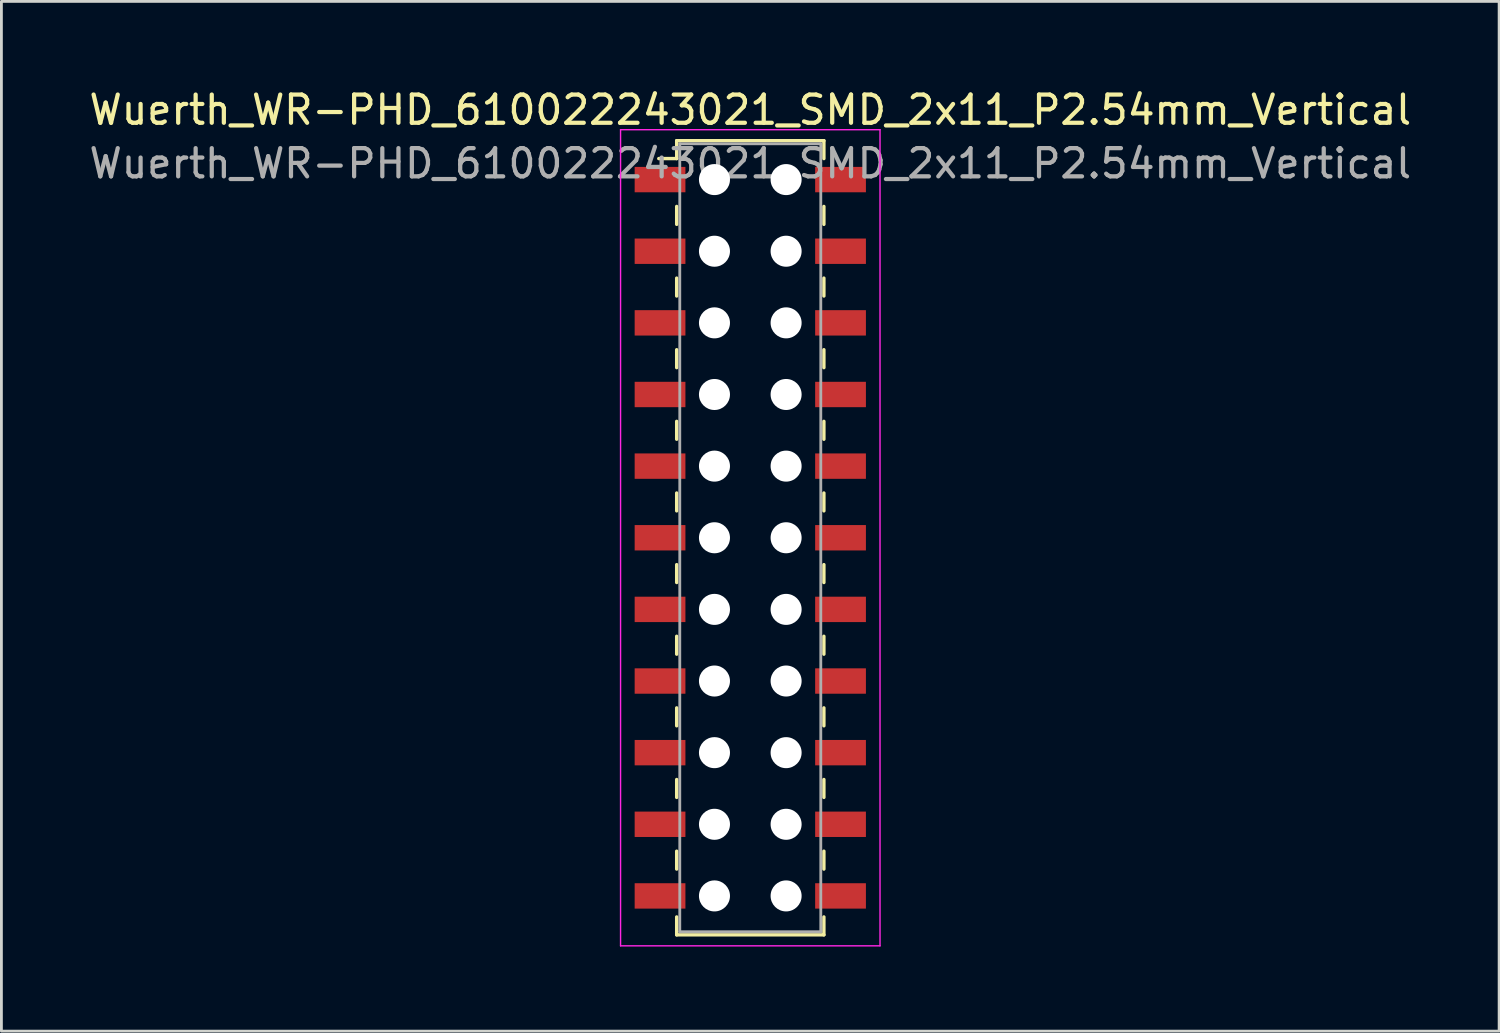
<source format=kicad_pcb>
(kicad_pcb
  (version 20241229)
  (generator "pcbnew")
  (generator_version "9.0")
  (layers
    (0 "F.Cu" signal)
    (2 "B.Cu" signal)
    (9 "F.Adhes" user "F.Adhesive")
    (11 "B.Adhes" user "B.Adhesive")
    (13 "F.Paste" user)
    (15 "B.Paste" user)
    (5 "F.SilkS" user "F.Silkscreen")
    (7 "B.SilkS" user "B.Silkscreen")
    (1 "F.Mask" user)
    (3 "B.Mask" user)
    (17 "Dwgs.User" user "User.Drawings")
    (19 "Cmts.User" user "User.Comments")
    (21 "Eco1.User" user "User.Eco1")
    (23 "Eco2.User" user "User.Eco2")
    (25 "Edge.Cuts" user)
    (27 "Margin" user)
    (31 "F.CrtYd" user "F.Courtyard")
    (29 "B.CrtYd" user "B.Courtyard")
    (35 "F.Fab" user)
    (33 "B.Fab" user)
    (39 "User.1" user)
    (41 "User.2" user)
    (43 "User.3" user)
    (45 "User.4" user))
  (footprint "Wuerth_WR-PHD_610022243021_SMD_2x11_P2.54mm_Vertical"
    (layer "F.Cu")
    (at 23.554 16.018)
    (property "Reference" "Wuerth_WR-PHD_610022243021_SMD_2x11_P2.54mm_Vertical" (at 0 -15.17 0) (layer "F.SilkS") (effects (font (size 1 1) (thickness 0.15))))
    (attr smd)
    (fp_line (start -2.61 -14.08) (end -2.61 -13.445) (stroke (width 0.12) (type solid)) (layer "F.SilkS"))
    (fp_line (start -2.61 -14.08) (end 2.61 -14.08) (stroke (width 0.12) (type solid)) (layer "F.SilkS"))
    (fp_line (start -2.61 -13.445) (end -3.245 -13.445) (stroke (width 0.12) (type solid)) (layer "F.SilkS"))
    (fp_line (start -2.61 -11.748) (end -2.61 -11.113) (stroke (width 0.12) (type solid)) (layer "F.SilkS"))
    (fp_line (start -2.61 -9.207) (end -2.61 -8.572) (stroke (width 0.12) (type solid)) (layer "F.SilkS"))
    (fp_line (start -2.61 -6.668) (end -2.61 -6.032) (stroke (width 0.12) (type solid)) (layer "F.SilkS"))
    (fp_line (start -2.61 -4.128) (end -2.61 -3.493) (stroke (width 0.12) (type solid)) (layer "F.SilkS"))
    (fp_line (start -2.61 -1.587) (end -2.61 -0.953) (stroke (width 0.12) (type solid)) (layer "F.SilkS"))
    (fp_line (start -2.61 0.953) (end -2.61 1.587) (stroke (width 0.12) (type solid)) (layer "F.SilkS"))
    (fp_line (start -2.61 3.493) (end -2.61 4.128) (stroke (width 0.12) (type solid)) (layer "F.SilkS"))
    (fp_line (start -2.61 6.032) (end -2.61 6.668) (stroke (width 0.12) (type solid)) (layer "F.SilkS"))
    (fp_line (start -2.61 8.572) (end -2.61 9.207) (stroke (width 0.12) (type solid)) (layer "F.SilkS"))
    (fp_line (start -2.61 11.113) (end -2.61 11.748) (stroke (width 0.12) (type solid)) (layer "F.SilkS"))
    (fp_line (start -2.61 14.08) (end -2.61 13.445) (stroke (width 0.12) (type solid)) (layer "F.SilkS"))
    (fp_line (start -2.61 14.08) (end 2.61 14.08) (stroke (width 0.12) (type solid)) (layer "F.SilkS"))
    (fp_line (start 2.61 -14.08) (end 2.61 -13.445) (stroke (width 0.12) (type solid)) (layer "F.SilkS"))
    (fp_line (start 2.61 -11.748) (end 2.61 -11.113) (stroke (width 0.12) (type solid)) (layer "F.SilkS"))
    (fp_line (start 2.61 -9.207) (end 2.61 -8.572) (stroke (width 0.12) (type solid)) (layer "F.SilkS"))
    (fp_line (start 2.61 -6.668) (end 2.61 -6.032) (stroke (width 0.12) (type solid)) (layer "F.SilkS"))
    (fp_line (start 2.61 -4.128) (end 2.61 -3.493) (stroke (width 0.12) (type solid)) (layer "F.SilkS"))
    (fp_line (start 2.61 -1.587) (end 2.61 -0.953) (stroke (width 0.12) (type solid)) (layer "F.SilkS"))
    (fp_line (start 2.61 0.953) (end 2.61 1.587) (stroke (width 0.12) (type solid)) (layer "F.SilkS"))
    (fp_line (start 2.61 3.493) (end 2.61 4.128) (stroke (width 0.12) (type solid)) (layer "F.SilkS"))
    (fp_line (start 2.61 6.032) (end 2.61 6.668) (stroke (width 0.12) (type solid)) (layer "F.SilkS"))
    (fp_line (start 2.61 8.572) (end 2.61 9.207) (stroke (width 0.12) (type solid)) (layer "F.SilkS"))
    (fp_line (start 2.61 11.113) (end 2.61 11.748) (stroke (width 0.12) (type solid)) (layer "F.SilkS"))
    (fp_line (start 2.61 14.08) (end 2.61 13.445) (stroke (width 0.12) (type solid)) (layer "F.SilkS"))
    (fp_line (start -4.6 -14.47) (end -4.6 14.47) (stroke (width 0.05) (type solid)) (layer "F.CrtYd"))
    (fp_line (start -4.6 14.47) (end 4.6 14.47) (stroke (width 0.05) (type solid)) (layer "F.CrtYd"))
    (fp_line (start 4.6 -14.47) (end -4.6 -14.47) (stroke (width 0.05) (type solid)) (layer "F.CrtYd"))
    (fp_line (start 4.6 14.47) (end 4.6 -14.47) (stroke (width 0.05) (type solid)) (layer "F.CrtYd"))
    (fp_line (start -2.5 -13.97) (end -2.5 13.97) (stroke (width 0.1) (type solid)) (layer "F.Fab"))
    (fp_line (start -2.5 13.97) (end 2.5 13.97) (stroke (width 0.1) (type solid)) (layer "F.Fab"))
    (fp_line (start 2.5 -13.97) (end -2.5 -13.97) (stroke (width 0.1) (type solid)) (layer "F.Fab"))
    (fp_line (start 2.5 13.97) (end 2.5 -13.97) (stroke (width 0.1) (type solid)) (layer "F.Fab"))
    (fp_text user "${REFERENCE}" (at 0 -13.27 0) (layer "F.Fab") (effects (font (size 1 1) (thickness 0.15))))
    (pad "" np_thru_hole circle (at -1.27 -12.7) (size 1.1 1.1) (drill 1.1) (layers "*.Cu" "*.Mask"))
    (pad "" np_thru_hole circle (at -1.27 -10.16) (size 1.1 1.1) (drill 1.1) (layers "*.Cu" "*.Mask"))
    (pad "" np_thru_hole circle (at -1.27 -7.62) (size 1.1 1.1) (drill 1.1) (layers "*.Cu" "*.Mask"))
    (pad "" np_thru_hole circle (at -1.27 -5.08) (size 1.1 1.1) (drill 1.1) (layers "*.Cu" "*.Mask"))
    (pad "" np_thru_hole circle (at -1.27 -2.54) (size 1.1 1.1) (drill 1.1) (layers "*.Cu" "*.Mask"))
    (pad "" np_thru_hole circle (at -1.27 0) (size 1.1 1.1) (drill 1.1) (layers "*.Cu" "*.Mask"))
    (pad "" np_thru_hole circle (at -1.27 2.54) (size 1.1 1.1) (drill 1.1) (layers "*.Cu" "*.Mask"))
    (pad "" np_thru_hole circle (at -1.27 5.08) (size 1.1 1.1) (drill 1.1) (layers "*.Cu" "*.Mask"))
    (pad "" np_thru_hole circle (at -1.27 7.62) (size 1.1 1.1) (drill 1.1) (layers "*.Cu" "*.Mask"))
    (pad "" np_thru_hole circle (at -1.27 10.16) (size 1.1 1.1) (drill 1.1) (layers "*.Cu" "*.Mask"))
    (pad "" np_thru_hole circle (at -1.27 12.7) (size 1.1 1.1) (drill 1.1) (layers "*.Cu" "*.Mask"))
    (pad "" np_thru_hole circle (at 1.27 -12.7) (size 1.1 1.1) (drill 1.1) (layers "*.Cu" "*.Mask"))
    (pad "" np_thru_hole circle (at 1.27 -10.16) (size 1.1 1.1) (drill 1.1) (layers "*.Cu" "*.Mask"))
    (pad "" np_thru_hole circle (at 1.27 -7.62) (size 1.1 1.1) (drill 1.1) (layers "*.Cu" "*.Mask"))
    (pad "" np_thru_hole circle (at 1.27 -5.08) (size 1.1 1.1) (drill 1.1) (layers "*.Cu" "*.Mask"))
    (pad "" np_thru_hole circle (at 1.27 -2.54) (size 1.1 1.1) (drill 1.1) (layers "*.Cu" "*.Mask"))
    (pad "" np_thru_hole circle (at 1.27 0) (size 1.1 1.1) (drill 1.1) (layers "*.Cu" "*.Mask"))
    (pad "" np_thru_hole circle (at 1.27 2.54) (size 1.1 1.1) (drill 1.1) (layers "*.Cu" "*.Mask"))
    (pad "" np_thru_hole circle (at 1.27 5.08) (size 1.1 1.1) (drill 1.1) (layers "*.Cu" "*.Mask"))
    (pad "" np_thru_hole circle (at 1.27 7.62) (size 1.1 1.1) (drill 1.1) (layers "*.Cu" "*.Mask"))
    (pad "" np_thru_hole circle (at 1.27 10.16) (size 1.1 1.1) (drill 1.1) (layers "*.Cu" "*.Mask"))
    (pad "" np_thru_hole circle (at 1.27 12.7) (size 1.1 1.1) (drill 1.1) (layers "*.Cu" "*.Mask"))
    (pad "1" smd rect (at -3.2 -12.7) (size 1.8 0.9) (layers "F.Cu" "F.Mask" "F.Paste"))
    (pad "2" smd rect (at 3.2 -12.7) (size 1.8 0.9) (layers "F.Cu" "F.Mask" "F.Paste"))
    (pad "3" smd rect (at -3.2 -10.16) (size 1.8 0.9) (layers "F.Cu" "F.Mask" "F.Paste"))
    (pad "4" smd rect (at 3.2 -10.16) (size 1.8 0.9) (layers "F.Cu" "F.Mask" "F.Paste"))
    (pad "5" smd rect (at -3.2 -7.62) (size 1.8 0.9) (layers "F.Cu" "F.Mask" "F.Paste"))
    (pad "6" smd rect (at 3.2 -7.62) (size 1.8 0.9) (layers "F.Cu" "F.Mask" "F.Paste"))
    (pad "7" smd rect (at -3.2 -5.08) (size 1.8 0.9) (layers "F.Cu" "F.Mask" "F.Paste"))
    (pad "8" smd rect (at 3.2 -5.08) (size 1.8 0.9) (layers "F.Cu" "F.Mask" "F.Paste"))
    (pad "9" smd rect (at -3.2 -2.54) (size 1.8 0.9) (layers "F.Cu" "F.Mask" "F.Paste"))
    (pad "10" smd rect (at 3.2 -2.54) (size 1.8 0.9) (layers "F.Cu" "F.Mask" "F.Paste"))
    (pad "11" smd rect (at -3.2 0) (size 1.8 0.9) (layers "F.Cu" "F.Mask" "F.Paste"))
    (pad "12" smd rect (at 3.2 0) (size 1.8 0.9) (layers "F.Cu" "F.Mask" "F.Paste"))
    (pad "13" smd rect (at -3.2 2.54) (size 1.8 0.9) (layers "F.Cu" "F.Mask" "F.Paste"))
    (pad "14" smd rect (at 3.2 2.54) (size 1.8 0.9) (layers "F.Cu" "F.Mask" "F.Paste"))
    (pad "15" smd rect (at -3.2 5.08) (size 1.8 0.9) (layers "F.Cu" "F.Mask" "F.Paste"))
    (pad "16" smd rect (at 3.2 5.08) (size 1.8 0.9) (layers "F.Cu" "F.Mask" "F.Paste"))
    (pad "17" smd rect (at -3.2 7.62) (size 1.8 0.9) (layers "F.Cu" "F.Mask" "F.Paste"))
    (pad "18" smd rect (at 3.2 7.62) (size 1.8 0.9) (layers "F.Cu" "F.Mask" "F.Paste"))
    (pad "19" smd rect (at -3.2 10.16) (size 1.8 0.9) (layers "F.Cu" "F.Mask" "F.Paste"))
    (pad "20" smd rect (at 3.2 10.16) (size 1.8 0.9) (layers "F.Cu" "F.Mask" "F.Paste"))
    (pad "21" smd rect (at -3.2 12.7) (size 1.8 0.9) (layers "F.Cu" "F.Mask" "F.Paste"))
    (pad "22" smd rect (at 3.2 12.7) (size 1.8 0.9) (layers "F.Cu" "F.Mask" "F.Paste")))
  (gr_rect
    (start -3 -3)
    (end 50.107 33.513)
    (stroke (width 0.1) (type default))
    (fill no)
    (layer "Edge.Cuts")))
</source>
